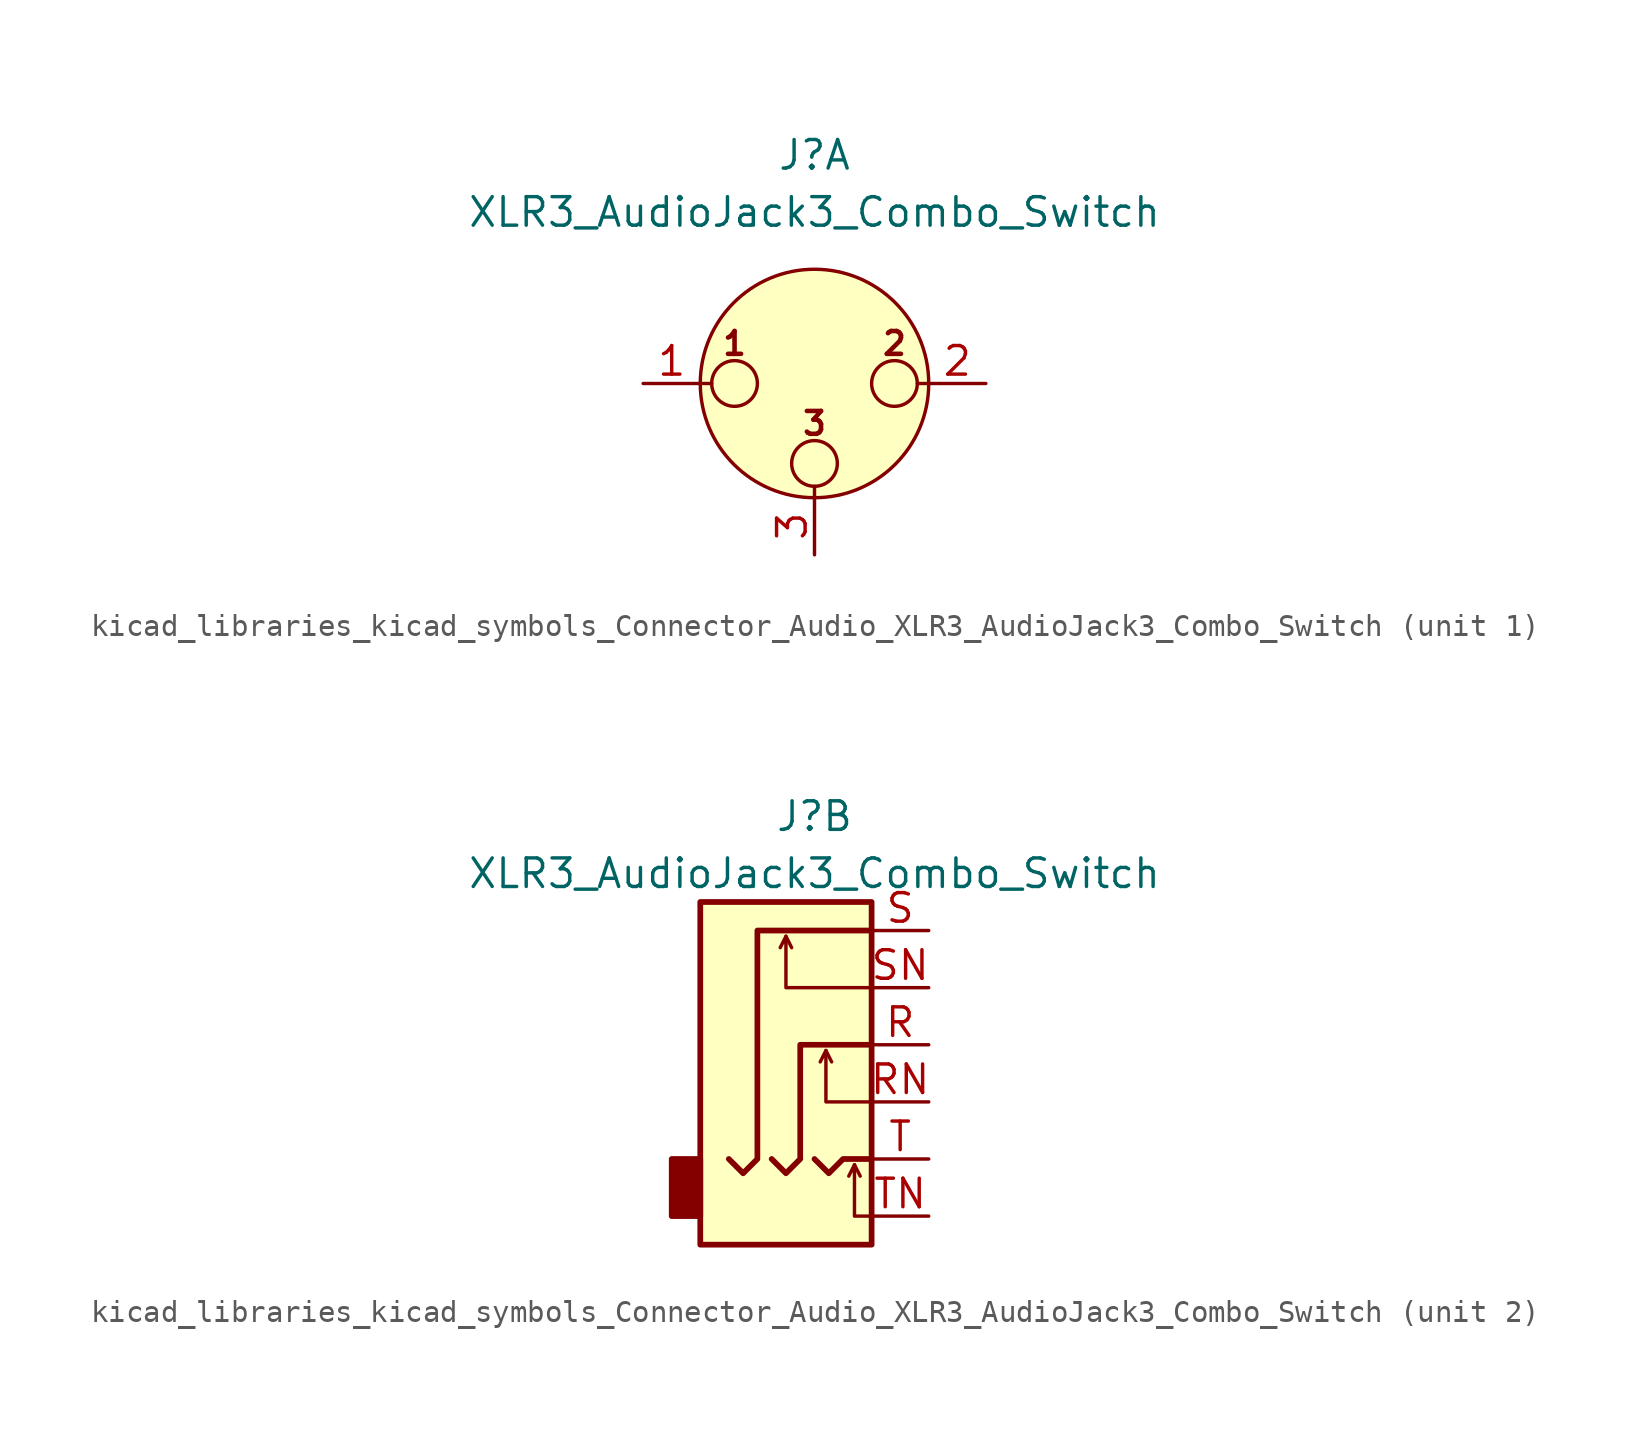
<source format=kicad_sym>
(kicad_symbol_lib
  (version 20220914)
  (generator kicad_symbol_editor)
  (symbol "kicad_libraries_kicad_symbols_Connector_Audio_XLR3_AudioJack3_Combo_Switch"
    (pin_names hide)
    (property "Reference" "J"
      (at 0 10.16 0)
      (effects (font (size 1.27 1.27))))
    (property "Value" "XLR3_AudioJack3_Combo_Switch"
      (at 0 7.62 0)
      (effects (font (size 1.27 1.27))))
    (symbol "kicad_libraries_kicad_symbols_Connector_Audio_XLR3_AudioJack3_Combo_Switch_1_1"
      (circle (center -3.556 0) (radius 1.016) (stroke (width 0) (type default)) (fill (type none)))
      (circle (center 0 -3.556) (radius 1.016) (stroke (width 0) (type default)) (fill (type none)))
      (polyline (pts (xy -5.08 0) (xy -4.572 0)) (stroke (width 0) (type default)) (fill (type none)))
      (polyline (pts (xy 0 -5.08) (xy 0 -4.572)) (stroke (width 0) (type default)) (fill (type none)))
      (polyline (pts (xy 5.08 0) (xy 4.572 0)) (stroke (width 0) (type default)) (fill (type none)))
      (circle (center 0 0) (radius 5.08) (stroke (width 0) (type default)) (fill (type background)))
      (circle (center 3.556 0) (radius 1.016) (stroke (width 0) (type default)) (fill (type none)))
      (text "1" (at -3.556 1.778 0) (effects (font (size 1.016 1.016) bold)))
      (text "2" (at 3.556 1.778 0) (effects (font (size 1.016 1.016) bold)))
      (text "3" (at 0 -1.778 0) (effects (font (size 1.016 1.016) bold)))
      (pin passive line (at -7.62 0 0) (length 2.54) (name "~" (effects (font (size 1.27 1.27)))) (number "1" (effects (font (size 1.27 1.27)))))
      (pin passive line (at 7.62 0 180) (length 2.54) (name "~" (effects (font (size 1.27 1.27)))) (number "2" (effects (font (size 1.27 1.27)))))
      (pin passive line (at 0 -7.62 90) (length 2.54) (name "~" (effects (font (size 1.27 1.27)))) (number "3" (effects (font (size 1.27 1.27))))))
    (symbol "kicad_libraries_kicad_symbols_Connector_Audio_XLR3_AudioJack3_Combo_Switch_2_1"
      (rectangle (start -5.08 -5.08) (end -6.35 -7.62) (stroke (width 0.254) (type default)) (fill (type outline)))
      (polyline (pts (xy -1.27 4.826) (xy -1.016 4.318)) (stroke (width 0) (type default)) (fill (type none)))
      (polyline (pts (xy 0.508 -0.254) (xy 0.762 -0.762)) (stroke (width 0) (type default)) (fill (type none)))
      (polyline (pts (xy 1.778 -5.334) (xy 2.032 -5.842)) (stroke (width 0) (type default)) (fill (type none)))
      (polyline (pts (xy 0 -5.08) (xy 0.635 -5.715) (xy 1.27 -5.08) (xy 2.54 -5.08)) (stroke (width 0.254) (type default)) (fill (type none)))
      (polyline (pts (xy 2.54 -7.62) (xy 1.778 -7.62) (xy 1.778 -5.334) (xy 1.524 -5.842)) (stroke (width 0) (type default)) (fill (type none)))
      (polyline (pts (xy 2.54 -2.54) (xy 0.508 -2.54) (xy 0.508 -0.254) (xy 0.254 -0.762)) (stroke (width 0) (type default)) (fill (type none)))
      (polyline (pts (xy 2.54 2.54) (xy -1.27 2.54) (xy -1.27 4.826) (xy -1.524 4.318)) (stroke (width 0) (type default)) (fill (type none)))
      (polyline (pts (xy -1.905 -5.08) (xy -1.27 -5.715) (xy -0.635 -5.08) (xy -0.635 0) (xy 2.54 0)) (stroke (width 0.254) (type default)) (fill (type none)))
      (polyline (pts (xy 2.54 5.08) (xy -2.54 5.08) (xy -2.54 -5.08) (xy -3.175 -5.715) (xy -3.81 -5.08)) (stroke (width 0.254) (type default)) (fill (type none)))
      (rectangle (start 2.54 6.35) (end -5.08 -8.89) (stroke (width 0.254) (type default)) (fill (type background)))
      (pin passive line (at 5.08 0 180) (length 2.54) (name "~" (effects (font (size 1.27 1.27)))) (number "R" (effects (font (size 1.27 1.27)))))
      (pin passive line (at 5.08 -2.54 180) (length 2.54) (name "~" (effects (font (size 1.27 1.27)))) (number "RN" (effects (font (size 1.27 1.27)))))
      (pin passive line (at 5.08 5.08 180) (length 2.54) (name "~" (effects (font (size 1.27 1.27)))) (number "S" (effects (font (size 1.27 1.27)))))
      (pin passive line (at 5.08 2.54 180) (length 2.54) (name "~" (effects (font (size 1.27 1.27)))) (number "SN" (effects (font (size 1.27 1.27)))))
      (pin passive line (at 5.08 -5.08 180) (length 2.54) (name "~" (effects (font (size 1.27 1.27)))) (number "T" (effects (font (size 1.27 1.27)))))
      (pin passive line (at 5.08 -7.62 180) (length 2.54) (name "~" (effects (font (size 1.27 1.27)))) (number "TN" (effects (font (size 1.27 1.27))))))))
</source>
